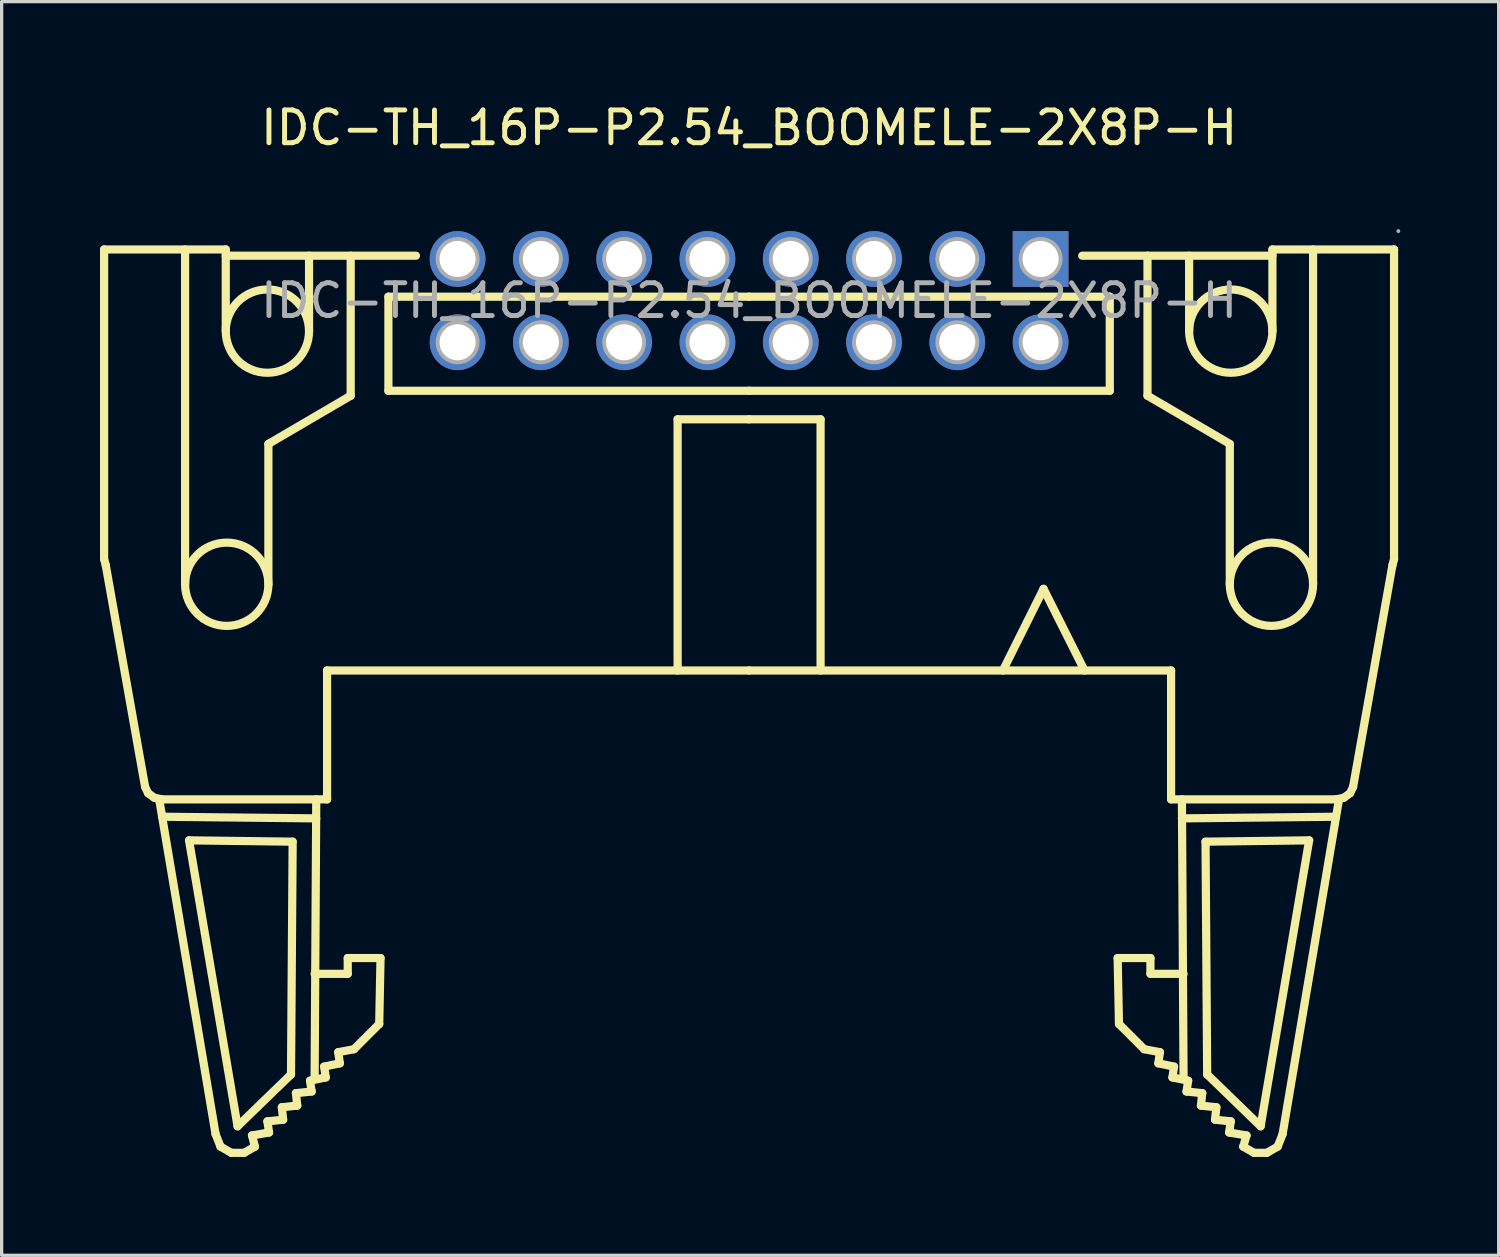
<source format=kicad_pcb>
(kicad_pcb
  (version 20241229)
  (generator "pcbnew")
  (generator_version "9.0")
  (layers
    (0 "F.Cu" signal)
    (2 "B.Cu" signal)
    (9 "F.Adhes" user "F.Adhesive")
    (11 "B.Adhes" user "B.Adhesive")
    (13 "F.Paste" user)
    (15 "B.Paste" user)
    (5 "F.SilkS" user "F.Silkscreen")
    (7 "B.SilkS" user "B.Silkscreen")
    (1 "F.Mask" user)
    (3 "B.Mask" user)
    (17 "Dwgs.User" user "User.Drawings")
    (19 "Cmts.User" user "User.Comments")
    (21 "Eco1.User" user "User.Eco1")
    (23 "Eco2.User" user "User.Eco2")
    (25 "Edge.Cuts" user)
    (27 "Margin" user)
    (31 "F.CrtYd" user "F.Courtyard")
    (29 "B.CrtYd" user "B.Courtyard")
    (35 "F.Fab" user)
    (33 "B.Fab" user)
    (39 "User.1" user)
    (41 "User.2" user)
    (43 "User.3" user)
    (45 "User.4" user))
  (footprint "IDC-TH_16P-P2.54_BOOMELE-2X8P-H"
    (layer "F.Cu")
    (at 19.795 6.118)
    (property "Reference" "IDC-TH_16P-P2.54_BOOMELE-2X8P-H" (at 0 -5.27 0) (layer "F.SilkS") (effects (font (size 1 1) (thickness 0.15))))
    (attr through_hole)
    (fp_line (start -19.67 -1.56) (end -15.96 -1.56) (stroke (width 0.25) (type solid)) (layer "F.SilkS"))
    (fp_line (start -19.67 7.88) (end -19.67 -1.56) (stroke (width 0.25) (type solid)) (layer "F.SilkS"))
    (fp_line (start -19.62 8.07) (end -19.67 7.88) (stroke (width 0.25) (type solid)) (layer "F.SilkS"))
    (fp_line (start -19.62 8.07) (end -18.42 14.83) (stroke (width 0.25) (type solid)) (layer "F.SilkS"))
    (fp_line (start -18.33 15.02) (end -18.42 14.83) (stroke (width 0.25) (type solid)) (layer "F.SilkS"))
    (fp_line (start -18.14 15.16) (end -18.33 15.02) (stroke (width 0.25) (type solid)) (layer "F.SilkS"))
    (fp_line (start -17.9 15.21) (end -18.14 15.16) (stroke (width 0.25) (type solid)) (layer "F.SilkS"))
    (fp_line (start -17.9 15.21) (end -12.87 15.21) (stroke (width 0.25) (type solid)) (layer "F.SilkS"))
    (fp_line (start -17.9 15.74) (end -13.2 15.79) (stroke (width 0.25) (type solid)) (layer "F.SilkS"))
    (fp_line (start -17.2 8.65) (end -17.2 -1.56) (stroke (width 0.25) (type solid)) (layer "F.SilkS"))
    (fp_line (start -17.08 16.46) (end -13.92 16.5) (stroke (width 0.25) (type solid)) (layer "F.SilkS"))
    (fp_line (start -16.27 25.42) (end -17.99 15.21) (stroke (width 0.25) (type solid)) (layer "F.SilkS"))
    (fp_line (start -16.12 25.8) (end -16.27 25.42) (stroke (width 0.25) (type solid)) (layer "F.SilkS"))
    (fp_line (start -15.96 -1.37) (end -10.16 -1.37) (stroke (width 0.25) (type solid)) (layer "F.SilkS"))
    (fp_line (start -15.96 0.93) (end -15.96 -1.56) (stroke (width 0.25) (type solid)) (layer "F.SilkS"))
    (fp_line (start -15.79 25.99) (end -16.12 25.8) (stroke (width 0.25) (type solid)) (layer "F.SilkS"))
    (fp_line (start -15.6 25.18) (end -17.08 16.46) (stroke (width 0.25) (type solid)) (layer "F.SilkS"))
    (fp_line (start -15.6 25.18) (end -13.97 23.6) (stroke (width 0.25) (type solid)) (layer "F.SilkS"))
    (fp_line (start -15.4 25.99) (end -15.79 25.99) (stroke (width 0.25) (type solid)) (layer "F.SilkS"))
    (fp_line (start -15.16 25.46) (end -15.07 25.8) (stroke (width 0.25) (type solid)) (layer "F.SilkS"))
    (fp_line (start -15.07 25.8) (end -15.4 25.99) (stroke (width 0.25) (type solid)) (layer "F.SilkS"))
    (fp_line (start -14.69 25.03) (end -14.64 25.37) (stroke (width 0.25) (type solid)) (layer "F.SilkS"))
    (fp_line (start -14.66 8.65) (end -14.66 4.37) (stroke (width 0.25) (type solid)) (layer "F.SilkS"))
    (fp_line (start -14.64 25.37) (end -15.16 25.46) (stroke (width 0.25) (type solid)) (layer "F.SilkS"))
    (fp_line (start -14.25 24.6) (end -14.21 24.98) (stroke (width 0.25) (type solid)) (layer "F.SilkS"))
    (fp_line (start -14.21 24.98) (end -14.69 25.03) (stroke (width 0.25) (type solid)) (layer "F.SilkS"))
    (fp_line (start -13.97 23.6) (end -13.92 16.5) (stroke (width 0.25) (type solid)) (layer "F.SilkS"))
    (fp_line (start -13.82 24.17) (end -13.34 24.12) (stroke (width 0.25) (type solid)) (layer "F.SilkS"))
    (fp_line (start -13.78 24.55) (end -14.25 24.6) (stroke (width 0.25) (type solid)) (layer "F.SilkS"))
    (fp_line (start -13.78 24.55) (end -13.82 24.17) (stroke (width 0.25) (type solid)) (layer "F.SilkS"))
    (fp_line (start -13.42 0.93) (end -13.42 -1.37) (stroke (width 0.25) (type solid)) (layer "F.SilkS"))
    (fp_line (start -13.34 24.12) (end -13.39 23.79) (stroke (width 0.25) (type solid)) (layer "F.SilkS"))
    (fp_line (start -13.25 23.74) (end -13.2 15.21) (stroke (width 0.25) (type solid)) (layer "F.SilkS"))
    (fp_line (start -12.96 23.36) (end -12.48 23.26) (stroke (width 0.25) (type solid)) (layer "F.SilkS"))
    (fp_line (start -12.91 23.69) (end -13.39 23.79) (stroke (width 0.25) (type solid)) (layer "F.SilkS"))
    (fp_line (start -12.91 23.69) (end -12.96 23.36) (stroke (width 0.25) (type solid)) (layer "F.SilkS"))
    (fp_line (start -12.87 11.28) (end -12.87 15.21) (stroke (width 0.25) (type solid)) (layer "F.SilkS"))
    (fp_line (start -12.53 22.92) (end -12.05 22.83) (stroke (width 0.25) (type solid)) (layer "F.SilkS"))
    (fp_line (start -12.48 23.26) (end -12.53 22.92) (stroke (width 0.25) (type solid)) (layer "F.SilkS"))
    (fp_line (start -12.24 20.05) (end -12.24 20.53) (stroke (width 0.25) (type solid)) (layer "F.SilkS"))
    (fp_line (start -12.24 20.53) (end -13.25 20.53) (stroke (width 0.25) (type solid)) (layer "F.SilkS"))
    (fp_line (start -12.15 2.9) (end -14.66 4.37) (stroke (width 0.25) (type solid)) (layer "F.SilkS"))
    (fp_line (start -12.15 2.9) (end -12.15 -1.37) (stroke (width 0.25) (type solid)) (layer "F.SilkS"))
    (fp_line (start -12.05 22.83) (end -11.28 22.06) (stroke (width 0.25) (type solid)) (layer "F.SilkS"))
    (fp_line (start -11.28 22.06) (end -11.24 20.05) (stroke (width 0.25) (type solid)) (layer "F.SilkS"))
    (fp_line (start -11.24 20.05) (end -12.24 20.05) (stroke (width 0.25) (type solid)) (layer "F.SilkS"))
    (fp_line (start -11 -0.12) (end -11 2.75) (stroke (width 0.25) (type solid)) (layer "F.SilkS"))
    (fp_line (start -11 -0.12) (end 0 -0.12) (stroke (width 0.25) (type solid)) (layer "F.SilkS"))
    (fp_line (start -11 2.75) (end 0 2.75) (stroke (width 0.25) (type solid)) (layer "F.SilkS"))
    (fp_line (start -2.18 3.62) (end 0 3.62) (stroke (width 0.25) (type solid)) (layer "F.SilkS"))
    (fp_line (start -2.18 11.28) (end -2.18 3.62) (stroke (width 0.25) (type solid)) (layer "F.SilkS"))
    (fp_line (start 0 11.28) (end -12.87 11.28) (stroke (width 0.25) (type solid)) (layer "F.SilkS"))
    (fp_line (start 0 11.28) (end 12.87 11.28) (stroke (width 0.25) (type solid)) (layer "F.SilkS"))
    (fp_line (start 2.18 3.62) (end 0 3.62) (stroke (width 0.25) (type solid)) (layer "F.SilkS"))
    (fp_line (start 2.18 11.28) (end 2.18 3.62) (stroke (width 0.25) (type solid)) (layer "F.SilkS"))
    (fp_line (start 7.74 11.28) (end 8.98 8.79) (stroke (width 0.25) (type solid)) (layer "F.SilkS"))
    (fp_line (start 8.98 8.79) (end 10.23 11.28) (stroke (width 0.25) (type solid)) (layer "F.SilkS"))
    (fp_line (start 11 -0.12) (end 0 -0.12) (stroke (width 0.25) (type solid)) (layer "F.SilkS"))
    (fp_line (start 11 -0.12) (end 11 2.75) (stroke (width 0.25) (type solid)) (layer "F.SilkS"))
    (fp_line (start 11 2.75) (end 0 2.75) (stroke (width 0.25) (type solid)) (layer "F.SilkS"))
    (fp_line (start 11.24 20.05) (end 12.24 20.05) (stroke (width 0.25) (type solid)) (layer "F.SilkS"))
    (fp_line (start 11.28 22.06) (end 11.24 20.05) (stroke (width 0.25) (type solid)) (layer "F.SilkS"))
    (fp_line (start 12.05 22.83) (end 11.28 22.06) (stroke (width 0.25) (type solid)) (layer "F.SilkS"))
    (fp_line (start 12.15 2.9) (end 12.15 -1.37) (stroke (width 0.25) (type solid)) (layer "F.SilkS"))
    (fp_line (start 12.15 2.9) (end 14.66 4.37) (stroke (width 0.25) (type solid)) (layer "F.SilkS"))
    (fp_line (start 12.24 20.05) (end 12.24 20.53) (stroke (width 0.25) (type solid)) (layer "F.SilkS"))
    (fp_line (start 12.24 20.53) (end 13.25 20.53) (stroke (width 0.25) (type solid)) (layer "F.SilkS"))
    (fp_line (start 12.48 23.26) (end 12.53 22.92) (stroke (width 0.25) (type solid)) (layer "F.SilkS"))
    (fp_line (start 12.53 22.92) (end 12.05 22.83) (stroke (width 0.25) (type solid)) (layer "F.SilkS"))
    (fp_line (start 12.87 11.28) (end 12.87 15.21) (stroke (width 0.25) (type solid)) (layer "F.SilkS"))
    (fp_line (start 12.91 23.69) (end 12.96 23.36) (stroke (width 0.25) (type solid)) (layer "F.SilkS"))
    (fp_line (start 12.91 23.69) (end 13.39 23.79) (stroke (width 0.25) (type solid)) (layer "F.SilkS"))
    (fp_line (start 12.96 23.36) (end 12.48 23.26) (stroke (width 0.25) (type solid)) (layer "F.SilkS"))
    (fp_line (start 13.25 23.74) (end 13.2 15.21) (stroke (width 0.25) (type solid)) (layer "F.SilkS"))
    (fp_line (start 13.34 24.12) (end 13.39 23.79) (stroke (width 0.25) (type solid)) (layer "F.SilkS"))
    (fp_line (start 13.42 0.93) (end 13.42 -1.37) (stroke (width 0.25) (type solid)) (layer "F.SilkS"))
    (fp_line (start 13.78 24.55) (end 13.82 24.17) (stroke (width 0.25) (type solid)) (layer "F.SilkS"))
    (fp_line (start 13.78 24.55) (end 14.25 24.6) (stroke (width 0.25) (type solid)) (layer "F.SilkS"))
    (fp_line (start 13.82 24.17) (end 13.34 24.12) (stroke (width 0.25) (type solid)) (layer "F.SilkS"))
    (fp_line (start 13.97 23.6) (end 13.92 16.5) (stroke (width 0.25) (type solid)) (layer "F.SilkS"))
    (fp_line (start 14.21 24.98) (end 14.69 25.03) (stroke (width 0.25) (type solid)) (layer "F.SilkS"))
    (fp_line (start 14.25 24.6) (end 14.21 24.98) (stroke (width 0.25) (type solid)) (layer "F.SilkS"))
    (fp_line (start 14.64 25.37) (end 15.17 25.46) (stroke (width 0.25) (type solid)) (layer "F.SilkS"))
    (fp_line (start 14.66 8.65) (end 14.66 4.37) (stroke (width 0.25) (type solid)) (layer "F.SilkS"))
    (fp_line (start 14.69 25.03) (end 14.64 25.37) (stroke (width 0.25) (type solid)) (layer "F.SilkS"))
    (fp_line (start 15.07 25.8) (end 15.4 25.99) (stroke (width 0.25) (type solid)) (layer "F.SilkS"))
    (fp_line (start 15.17 25.46) (end 15.07 25.8) (stroke (width 0.25) (type solid)) (layer "F.SilkS"))
    (fp_line (start 15.4 25.99) (end 15.79 25.99) (stroke (width 0.25) (type solid)) (layer "F.SilkS"))
    (fp_line (start 15.6 25.18) (end 13.97 23.6) (stroke (width 0.25) (type solid)) (layer "F.SilkS"))
    (fp_line (start 15.6 25.18) (end 17.08 16.46) (stroke (width 0.25) (type solid)) (layer "F.SilkS"))
    (fp_line (start 15.79 25.99) (end 16.12 25.8) (stroke (width 0.25) (type solid)) (layer "F.SilkS"))
    (fp_line (start 15.96 -1.37) (end 10.16 -1.37) (stroke (width 0.25) (type solid)) (layer "F.SilkS"))
    (fp_line (start 15.96 0.93) (end 15.96 -1.56) (stroke (width 0.25) (type solid)) (layer "F.SilkS"))
    (fp_line (start 16.12 25.8) (end 16.27 25.42) (stroke (width 0.25) (type solid)) (layer "F.SilkS"))
    (fp_line (start 16.27 25.42) (end 17.99 15.21) (stroke (width 0.25) (type solid)) (layer "F.SilkS"))
    (fp_line (start 17.08 16.46) (end 13.92 16.5) (stroke (width 0.25) (type solid)) (layer "F.SilkS"))
    (fp_line (start 17.2 8.65) (end 17.2 -1.56) (stroke (width 0.25) (type solid)) (layer "F.SilkS"))
    (fp_line (start 17.9 15.21) (end 12.87 15.21) (stroke (width 0.25) (type solid)) (layer "F.SilkS"))
    (fp_line (start 17.9 15.21) (end 18.14 15.16) (stroke (width 0.25) (type solid)) (layer "F.SilkS"))
    (fp_line (start 17.9 15.74) (end 13.2 15.79) (stroke (width 0.25) (type solid)) (layer "F.SilkS"))
    (fp_line (start 18.14 15.16) (end 18.33 15.02) (stroke (width 0.25) (type solid)) (layer "F.SilkS"))
    (fp_line (start 18.33 15.02) (end 18.42 14.83) (stroke (width 0.25) (type solid)) (layer "F.SilkS"))
    (fp_line (start 19.62 8.07) (end 18.42 14.83) (stroke (width 0.25) (type solid)) (layer "F.SilkS"))
    (fp_line (start 19.62 8.07) (end 19.67 7.88) (stroke (width 0.25) (type solid)) (layer "F.SilkS"))
    (fp_line (start 19.67 -1.56) (end 15.96 -1.56) (stroke (width 0.25) (type solid)) (layer "F.SilkS"))
    (fp_line (start 19.67 7.88) (end 19.67 -1.56) (stroke (width 0.25) (type solid)) (layer "F.SilkS"))
    (fp_circle (center -15.93 8.65) (end -14.66 8.65) (stroke (width 0.25) (type solid)) (fill no) (layer "F.SilkS"))
    (fp_circle (center -14.69 0.93) (end -13.42 0.93) (stroke (width 0.25) (type solid)) (fill no) (layer "F.SilkS"))
    (fp_circle (center 14.69 0.93) (end 15.96 0.93) (stroke (width 0.25) (type solid)) (fill no) (layer "F.SilkS"))
    (fp_circle (center 15.93 8.65) (end 17.2 8.65) (stroke (width 0.25) (type solid)) (fill no) (layer "F.SilkS"))
    (fp_circle (center -8.89 -1.27) (end -8.67 -1.27) (stroke (width 0.45) (type solid)) (fill no) (layer "F.Fab"))
    (fp_circle (center -8.89 1.27) (end -8.67 1.27) (stroke (width 0.45) (type solid)) (fill no) (layer "F.Fab"))
    (fp_circle (center -6.35 -1.27) (end -6.13 -1.27) (stroke (width 0.45) (type solid)) (fill no) (layer "F.Fab"))
    (fp_circle (center -6.35 1.27) (end -6.13 1.27) (stroke (width 0.45) (type solid)) (fill no) (layer "F.Fab"))
    (fp_circle (center -3.81 -1.27) (end -3.59 -1.27) (stroke (width 0.45) (type solid)) (fill no) (layer "F.Fab"))
    (fp_circle (center -3.81 1.27) (end -3.59 1.27) (stroke (width 0.45) (type solid)) (fill no) (layer "F.Fab"))
    (fp_circle (center -1.27 -1.27) (end -1.05 -1.27) (stroke (width 0.45) (type solid)) (fill no) (layer "F.Fab"))
    (fp_circle (center -1.27 1.27) (end -1.05 1.27) (stroke (width 0.45) (type solid)) (fill no) (layer "F.Fab"))
    (fp_circle (center 1.27 -1.27) (end 1.49 -1.27) (stroke (width 0.45) (type solid)) (fill no) (layer "F.Fab"))
    (fp_circle (center 1.27 1.27) (end 1.49 1.27) (stroke (width 0.45) (type solid)) (fill no) (layer "F.Fab"))
    (fp_circle (center 3.81 -1.27) (end 4.03 -1.27) (stroke (width 0.45) (type solid)) (fill no) (layer "F.Fab"))
    (fp_circle (center 3.81 1.27) (end 4.03 1.27) (stroke (width 0.45) (type solid)) (fill no) (layer "F.Fab"))
    (fp_circle (center 6.35 -1.27) (end 6.57 -1.27) (stroke (width 0.45) (type solid)) (fill no) (layer "F.Fab"))
    (fp_circle (center 6.35 1.27) (end 6.57 1.27) (stroke (width 0.45) (type solid)) (fill no) (layer "F.Fab"))
    (fp_circle (center 8.89 -1.27) (end 9.11 -1.27) (stroke (width 0.45) (type solid)) (fill no) (layer "F.Fab"))
    (fp_circle (center 8.89 1.27) (end 9.11 1.27) (stroke (width 0.45) (type solid)) (fill no) (layer "F.Fab"))
    (fp_circle (center 19.8 -2.12) (end 19.83 -2.12) (stroke (width 0.06) (type solid)) (fill no) (layer "F.Fab"))
    (fp_text user "${REFERENCE}" (at 0 0 0) (layer "F.Fab") (effects (font (size 1 1) (thickness 0.15))))
    (pad "1" thru_hole rect (at 8.89 -1.27) (size 1.7 1.7) (drill 1.1) (layers "*.Cu" "*.Paste" "*.Mask"))
    (pad "2" thru_hole circle (at 8.89 1.27) (size 1.7 1.7) (drill 1.1) (layers "*.Cu" "*.Paste" "*.Mask"))
    (pad "3" thru_hole circle (at 6.35 -1.27) (size 1.7 1.7) (drill 1.1) (layers "*.Cu" "*.Paste" "*.Mask"))
    (pad "4" thru_hole circle (at 6.35 1.27) (size 1.7 1.7) (drill 1.1) (layers "*.Cu" "*.Paste" "*.Mask"))
    (pad "5" thru_hole circle (at 3.81 -1.27) (size 1.7 1.7) (drill 1.1) (layers "*.Cu" "*.Paste" "*.Mask"))
    (pad "6" thru_hole circle (at 3.81 1.27) (size 1.7 1.7) (drill 1.1) (layers "*.Cu" "*.Paste" "*.Mask"))
    (pad "7" thru_hole circle (at 1.27 -1.27) (size 1.7 1.7) (drill 1.1) (layers "*.Cu" "*.Paste" "*.Mask"))
    (pad "8" thru_hole circle (at 1.27 1.27) (size 1.7 1.7) (drill 1.1) (layers "*.Cu" "*.Paste" "*.Mask"))
    (pad "9" thru_hole circle (at -1.27 -1.27) (size 1.7 1.7) (drill 1.1) (layers "*.Cu" "*.Paste" "*.Mask"))
    (pad "10" thru_hole circle (at -1.27 1.27) (size 1.7 1.7) (drill 1.1) (layers "*.Cu" "*.Paste" "*.Mask"))
    (pad "11" thru_hole circle (at -3.81 -1.27) (size 1.7 1.7) (drill 1.1) (layers "*.Cu" "*.Paste" "*.Mask"))
    (pad "12" thru_hole circle (at -3.81 1.27) (size 1.7 1.7) (drill 1.1) (layers "*.Cu" "*.Paste" "*.Mask"))
    (pad "13" thru_hole circle (at -6.35 -1.27) (size 1.7 1.7) (drill 1.1) (layers "*.Cu" "*.Paste" "*.Mask"))
    (pad "14" thru_hole circle (at -6.35 1.27) (size 1.7 1.7) (drill 1.1) (layers "*.Cu" "*.Paste" "*.Mask"))
    (pad "15" thru_hole circle (at -8.89 -1.27) (size 1.7 1.7) (drill 1.1) (layers "*.Cu" "*.Paste" "*.Mask"))
    (pad "16" thru_hole circle (at -8.89 1.27) (size 1.7 1.7) (drill 1.1) (layers "*.Cu" "*.Paste" "*.Mask")))
  (gr_rect
    (start -3 -3)
    (end 42.655 35.233)
    (stroke (width 0.1) (type default))
    (fill no)
    (layer "Edge.Cuts")))
</source>
